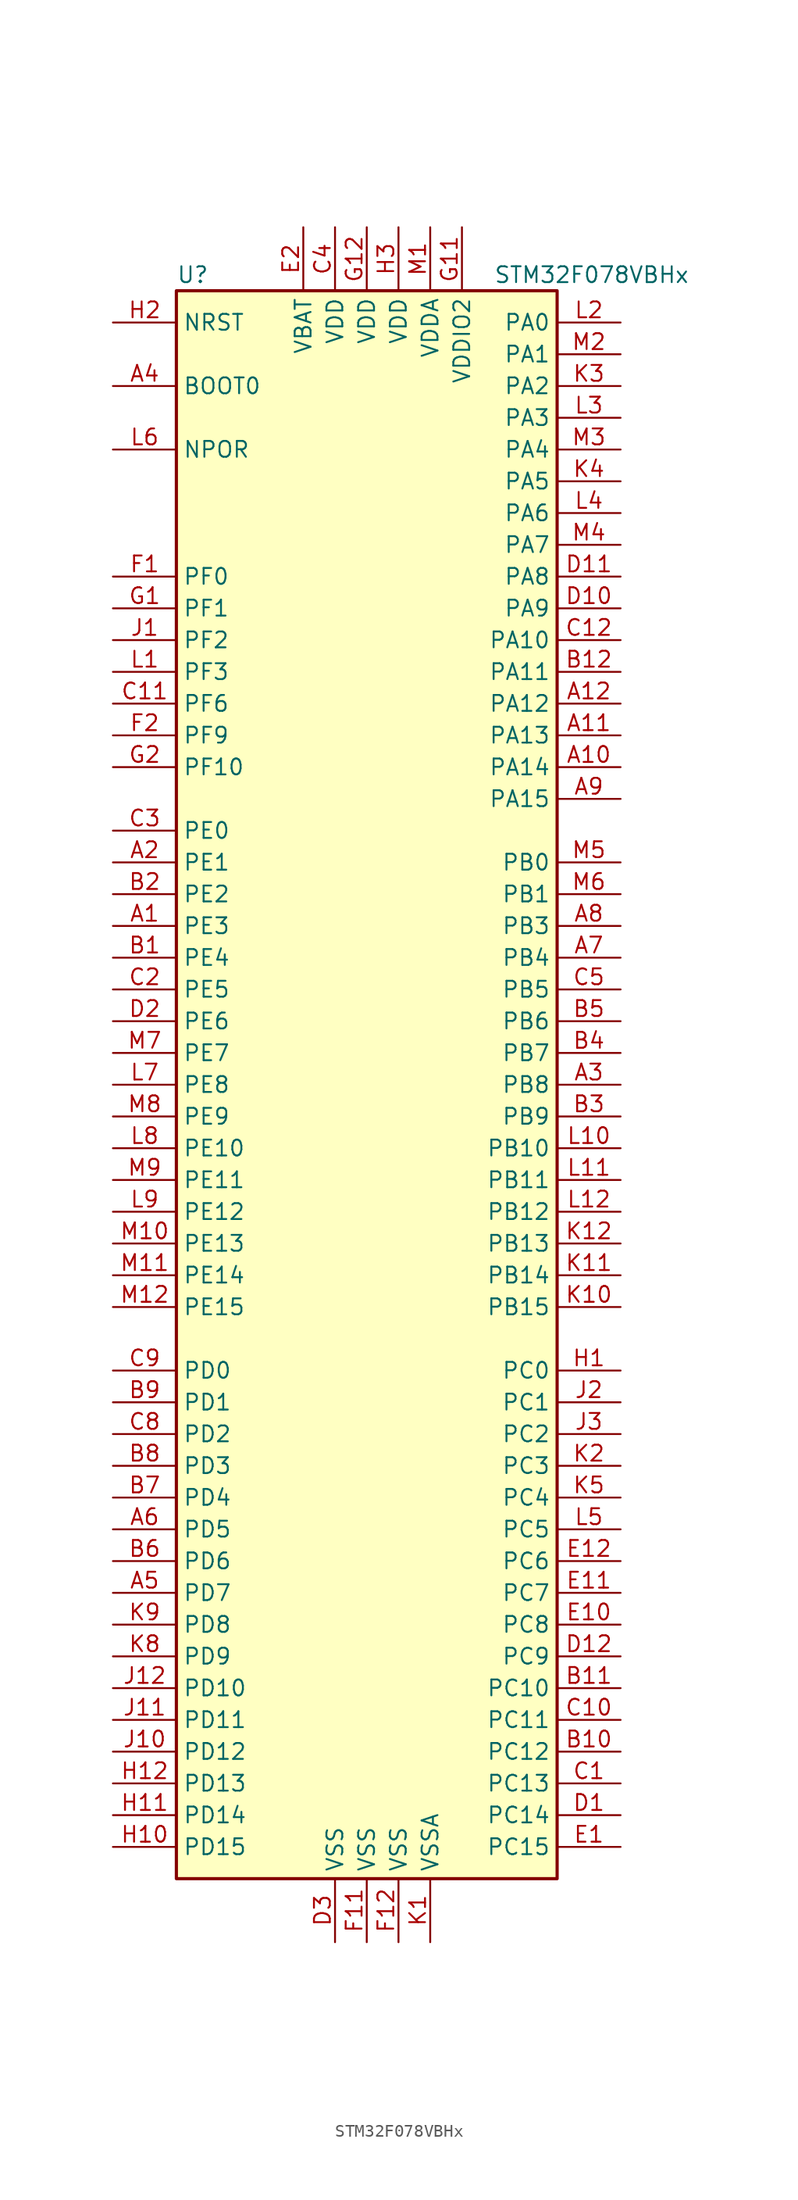
<source format=kicad_sym>
(kicad_symbol_lib
  (version 20211014)
  (generator kicad_symbol_editor)
  (symbol "STM32F078VBHx"
    (property "Reference" "U"
      (at -15.24 64.77 0)
      (effects (font (size 1.27 1.27)) (justify left)))
    (property "Value" "STM32F078VBHx"
      (at 10.16 64.77 0)
      (effects (font (size 1.27 1.27)) (justify left)))
    (symbol "STM32F078VBHx_0_1"
      (rectangle (start -15.24 -63.5) (end 15.24 63.5) (stroke (width 0.254) (type default) (color 0 0 0 0)) (fill (type background))))
    (symbol "STM32F078VBHx_1_1"
      (pin bidirectional line (at -20.32 12.7 0) (length 5.08) (name "PE3" (effects (font (size 1.27 1.27)))) (number "A1" (effects (font (size 1.27 1.27)))))
      (pin bidirectional line (at 20.32 25.4 180) (length 5.08) (name "PA14" (effects (font (size 1.27 1.27)))) (number "A10" (effects (font (size 1.27 1.27)))))
      (pin bidirectional line (at 20.32 27.94 180) (length 5.08) (name "PA13" (effects (font (size 1.27 1.27)))) (number "A11" (effects (font (size 1.27 1.27)))))
      (pin bidirectional line (at 20.32 30.48 180) (length 5.08) (name "PA12" (effects (font (size 1.27 1.27)))) (number "A12" (effects (font (size 1.27 1.27)))))
      (pin bidirectional line (at -20.32 17.78 0) (length 5.08) (name "PE1" (effects (font (size 1.27 1.27)))) (number "A2" (effects (font (size 1.27 1.27)))))
      (pin bidirectional line (at 20.32 0 180) (length 5.08) (name "PB8" (effects (font (size 1.27 1.27)))) (number "A3" (effects (font (size 1.27 1.27)))))
      (pin input line (at -20.32 55.88 0) (length 5.08) (name "BOOT0" (effects (font (size 1.27 1.27)))) (number "A4" (effects (font (size 1.27 1.27)))))
      (pin bidirectional line (at -20.32 -40.64 0) (length 5.08) (name "PD7" (effects (font (size 1.27 1.27)))) (number "A5" (effects (font (size 1.27 1.27)))))
      (pin bidirectional line (at -20.32 -35.56 0) (length 5.08) (name "PD5" (effects (font (size 1.27 1.27)))) (number "A6" (effects (font (size 1.27 1.27)))))
      (pin bidirectional line (at 20.32 10.16 180) (length 5.08) (name "PB4" (effects (font (size 1.27 1.27)))) (number "A7" (effects (font (size 1.27 1.27)))))
      (pin bidirectional line (at 20.32 12.7 180) (length 5.08) (name "PB3" (effects (font (size 1.27 1.27)))) (number "A8" (effects (font (size 1.27 1.27)))))
      (pin bidirectional line (at 20.32 22.86 180) (length 5.08) (name "PA15" (effects (font (size 1.27 1.27)))) (number "A9" (effects (font (size 1.27 1.27)))))
      (pin bidirectional line (at -20.32 10.16 0) (length 5.08) (name "PE4" (effects (font (size 1.27 1.27)))) (number "B1" (effects (font (size 1.27 1.27)))))
      (pin bidirectional line (at 20.32 -53.34 180) (length 5.08) (name "PC12" (effects (font (size 1.27 1.27)))) (number "B10" (effects (font (size 1.27 1.27)))))
      (pin bidirectional line (at 20.32 -48.26 180) (length 5.08) (name "PC10" (effects (font (size 1.27 1.27)))) (number "B11" (effects (font (size 1.27 1.27)))))
      (pin bidirectional line (at 20.32 33.02 180) (length 5.08) (name "PA11" (effects (font (size 1.27 1.27)))) (number "B12" (effects (font (size 1.27 1.27)))))
      (pin bidirectional line (at -20.32 15.24 0) (length 5.08) (name "PE2" (effects (font (size 1.27 1.27)))) (number "B2" (effects (font (size 1.27 1.27)))))
      (pin bidirectional line (at 20.32 -2.54 180) (length 5.08) (name "PB9" (effects (font (size 1.27 1.27)))) (number "B3" (effects (font (size 1.27 1.27)))))
      (pin bidirectional line (at 20.32 2.54 180) (length 5.08) (name "PB7" (effects (font (size 1.27 1.27)))) (number "B4" (effects (font (size 1.27 1.27)))))
      (pin bidirectional line (at 20.32 5.08 180) (length 5.08) (name "PB6" (effects (font (size 1.27 1.27)))) (number "B5" (effects (font (size 1.27 1.27)))))
      (pin bidirectional line (at -20.32 -38.1 0) (length 5.08) (name "PD6" (effects (font (size 1.27 1.27)))) (number "B6" (effects (font (size 1.27 1.27)))))
      (pin bidirectional line (at -20.32 -33.02 0) (length 5.08) (name "PD4" (effects (font (size 1.27 1.27)))) (number "B7" (effects (font (size 1.27 1.27)))))
      (pin bidirectional line (at -20.32 -30.48 0) (length 5.08) (name "PD3" (effects (font (size 1.27 1.27)))) (number "B8" (effects (font (size 1.27 1.27)))))
      (pin bidirectional line (at -20.32 -25.4 0) (length 5.08) (name "PD1" (effects (font (size 1.27 1.27)))) (number "B9" (effects (font (size 1.27 1.27)))))
      (pin bidirectional line (at 20.32 -55.88 180) (length 5.08) (name "PC13" (effects (font (size 1.27 1.27)))) (number "C1" (effects (font (size 1.27 1.27)))))
      (pin bidirectional line (at 20.32 -50.8 180) (length 5.08) (name "PC11" (effects (font (size 1.27 1.27)))) (number "C10" (effects (font (size 1.27 1.27)))))
      (pin bidirectional line (at -20.32 30.48 0) (length 5.08) (name "PF6" (effects (font (size 1.27 1.27)))) (number "C11" (effects (font (size 1.27 1.27)))))
      (pin bidirectional line (at 20.32 35.56 180) (length 5.08) (name "PA10" (effects (font (size 1.27 1.27)))) (number "C12" (effects (font (size 1.27 1.27)))))
      (pin bidirectional line (at -20.32 7.62 0) (length 5.08) (name "PE5" (effects (font (size 1.27 1.27)))) (number "C2" (effects (font (size 1.27 1.27)))))
      (pin bidirectional line (at -20.32 20.32 0) (length 5.08) (name "PE0" (effects (font (size 1.27 1.27)))) (number "C3" (effects (font (size 1.27 1.27)))))
      (pin power_in line (at -2.54 68.58 270) (length 5.08) (name "VDD" (effects (font (size 1.27 1.27)))) (number "C4" (effects (font (size 1.27 1.27)))))
      (pin bidirectional line (at 20.32 7.62 180) (length 5.08) (name "PB5" (effects (font (size 1.27 1.27)))) (number "C5" (effects (font (size 1.27 1.27)))))
      (pin bidirectional line (at -20.32 -27.94 0) (length 5.08) (name "PD2" (effects (font (size 1.27 1.27)))) (number "C8" (effects (font (size 1.27 1.27)))))
      (pin bidirectional line (at -20.32 -22.86 0) (length 5.08) (name "PD0" (effects (font (size 1.27 1.27)))) (number "C9" (effects (font (size 1.27 1.27)))))
      (pin bidirectional line (at 20.32 -58.42 180) (length 5.08) (name "PC14" (effects (font (size 1.27 1.27)))) (number "D1" (effects (font (size 1.27 1.27)))))
      (pin bidirectional line (at 20.32 38.1 180) (length 5.08) (name "PA9" (effects (font (size 1.27 1.27)))) (number "D10" (effects (font (size 1.27 1.27)))))
      (pin bidirectional line (at 20.32 40.64 180) (length 5.08) (name "PA8" (effects (font (size 1.27 1.27)))) (number "D11" (effects (font (size 1.27 1.27)))))
      (pin bidirectional line (at 20.32 -45.72 180) (length 5.08) (name "PC9" (effects (font (size 1.27 1.27)))) (number "D12" (effects (font (size 1.27 1.27)))))
      (pin bidirectional line (at -20.32 5.08 0) (length 5.08) (name "PE6" (effects (font (size 1.27 1.27)))) (number "D2" (effects (font (size 1.27 1.27)))))
      (pin power_in line (at -2.54 -68.58 90) (length 5.08) (name "VSS" (effects (font (size 1.27 1.27)))) (number "D3" (effects (font (size 1.27 1.27)))))
      (pin bidirectional line (at 20.32 -60.96 180) (length 5.08) (name "PC15" (effects (font (size 1.27 1.27)))) (number "E1" (effects (font (size 1.27 1.27)))))
      (pin bidirectional line (at 20.32 -43.18 180) (length 5.08) (name "PC8" (effects (font (size 1.27 1.27)))) (number "E10" (effects (font (size 1.27 1.27)))))
      (pin bidirectional line (at 20.32 -40.64 180) (length 5.08) (name "PC7" (effects (font (size 1.27 1.27)))) (number "E11" (effects (font (size 1.27 1.27)))))
      (pin bidirectional line (at 20.32 -38.1 180) (length 5.08) (name "PC6" (effects (font (size 1.27 1.27)))) (number "E12" (effects (font (size 1.27 1.27)))))
      (pin power_in line (at -5.08 68.58 270) (length 5.08) (name "VBAT" (effects (font (size 1.27 1.27)))) (number "E2" (effects (font (size 1.27 1.27)))))
      (pin no_connect line (at -15.24 -60.96 0) (length 5.08) hide (name "NC" (effects (font (size 1.27 1.27)))) (number "E3" (effects (font (size 1.27 1.27)))))
      (pin input line (at -20.32 40.64 0) (length 5.08) (name "PF0" (effects (font (size 1.27 1.27)))) (number "F1" (effects (font (size 1.27 1.27)))))
      (pin power_in line (at 0 -68.58 90) (length 5.08) (name "VSS" (effects (font (size 1.27 1.27)))) (number "F11" (effects (font (size 1.27 1.27)))))
      (pin power_in line (at 2.54 -68.58 90) (length 5.08) (name "VSS" (effects (font (size 1.27 1.27)))) (number "F12" (effects (font (size 1.27 1.27)))))
      (pin bidirectional line (at -20.32 27.94 0) (length 5.08) (name "PF9" (effects (font (size 1.27 1.27)))) (number "F2" (effects (font (size 1.27 1.27)))))
      (pin input line (at -20.32 38.1 0) (length 5.08) (name "PF1" (effects (font (size 1.27 1.27)))) (number "G1" (effects (font (size 1.27 1.27)))))
      (pin power_in line (at 7.62 68.58 270) (length 5.08) (name "VDDIO2" (effects (font (size 1.27 1.27)))) (number "G11" (effects (font (size 1.27 1.27)))))
      (pin power_in line (at 0 68.58 270) (length 5.08) (name "VDD" (effects (font (size 1.27 1.27)))) (number "G12" (effects (font (size 1.27 1.27)))))
      (pin bidirectional line (at -20.32 25.4 0) (length 5.08) (name "PF10" (effects (font (size 1.27 1.27)))) (number "G2" (effects (font (size 1.27 1.27)))))
      (pin bidirectional line (at 20.32 -22.86 180) (length 5.08) (name "PC0" (effects (font (size 1.27 1.27)))) (number "H1" (effects (font (size 1.27 1.27)))))
      (pin bidirectional line (at -20.32 -60.96 0) (length 5.08) (name "PD15" (effects (font (size 1.27 1.27)))) (number "H10" (effects (font (size 1.27 1.27)))))
      (pin bidirectional line (at -20.32 -58.42 0) (length 5.08) (name "PD14" (effects (font (size 1.27 1.27)))) (number "H11" (effects (font (size 1.27 1.27)))))
      (pin bidirectional line (at -20.32 -55.88 0) (length 5.08) (name "PD13" (effects (font (size 1.27 1.27)))) (number "H12" (effects (font (size 1.27 1.27)))))
      (pin input line (at -20.32 60.96 0) (length 5.08) (name "NRST" (effects (font (size 1.27 1.27)))) (number "H2" (effects (font (size 1.27 1.27)))))
      (pin power_in line (at 2.54 68.58 270) (length 5.08) (name "VDD" (effects (font (size 1.27 1.27)))) (number "H3" (effects (font (size 1.27 1.27)))))
      (pin bidirectional line (at -20.32 35.56 0) (length 5.08) (name "PF2" (effects (font (size 1.27 1.27)))) (number "J1" (effects (font (size 1.27 1.27)))))
      (pin bidirectional line (at -20.32 -53.34 0) (length 5.08) (name "PD12" (effects (font (size 1.27 1.27)))) (number "J10" (effects (font (size 1.27 1.27)))))
      (pin bidirectional line (at -20.32 -50.8 0) (length 5.08) (name "PD11" (effects (font (size 1.27 1.27)))) (number "J11" (effects (font (size 1.27 1.27)))))
      (pin bidirectional line (at -20.32 -48.26 0) (length 5.08) (name "PD10" (effects (font (size 1.27 1.27)))) (number "J12" (effects (font (size 1.27 1.27)))))
      (pin bidirectional line (at 20.32 -25.4 180) (length 5.08) (name "PC1" (effects (font (size 1.27 1.27)))) (number "J2" (effects (font (size 1.27 1.27)))))
      (pin bidirectional line (at 20.32 -27.94 180) (length 5.08) (name "PC2" (effects (font (size 1.27 1.27)))) (number "J3" (effects (font (size 1.27 1.27)))))
      (pin power_in line (at 5.08 -68.58 90) (length 5.08) (name "VSSA" (effects (font (size 1.27 1.27)))) (number "K1" (effects (font (size 1.27 1.27)))))
      (pin bidirectional line (at 20.32 -17.78 180) (length 5.08) (name "PB15" (effects (font (size 1.27 1.27)))) (number "K10" (effects (font (size 1.27 1.27)))))
      (pin bidirectional line (at 20.32 -15.24 180) (length 5.08) (name "PB14" (effects (font (size 1.27 1.27)))) (number "K11" (effects (font (size 1.27 1.27)))))
      (pin bidirectional line (at 20.32 -12.7 180) (length 5.08) (name "PB13" (effects (font (size 1.27 1.27)))) (number "K12" (effects (font (size 1.27 1.27)))))
      (pin bidirectional line (at 20.32 -30.48 180) (length 5.08) (name "PC3" (effects (font (size 1.27 1.27)))) (number "K2" (effects (font (size 1.27 1.27)))))
      (pin bidirectional line (at 20.32 55.88 180) (length 5.08) (name "PA2" (effects (font (size 1.27 1.27)))) (number "K3" (effects (font (size 1.27 1.27)))))
      (pin bidirectional line (at 20.32 48.26 180) (length 5.08) (name "PA5" (effects (font (size 1.27 1.27)))) (number "K4" (effects (font (size 1.27 1.27)))))
      (pin bidirectional line (at 20.32 -33.02 180) (length 5.08) (name "PC4" (effects (font (size 1.27 1.27)))) (number "K5" (effects (font (size 1.27 1.27)))))
      (pin bidirectional line (at -20.32 -45.72 0) (length 5.08) (name "PD9" (effects (font (size 1.27 1.27)))) (number "K8" (effects (font (size 1.27 1.27)))))
      (pin bidirectional line (at -20.32 -43.18 0) (length 5.08) (name "PD8" (effects (font (size 1.27 1.27)))) (number "K9" (effects (font (size 1.27 1.27)))))
      (pin bidirectional line (at -20.32 33.02 0) (length 5.08) (name "PF3" (effects (font (size 1.27 1.27)))) (number "L1" (effects (font (size 1.27 1.27)))))
      (pin bidirectional line (at 20.32 -5.08 180) (length 5.08) (name "PB10" (effects (font (size 1.27 1.27)))) (number "L10" (effects (font (size 1.27 1.27)))))
      (pin bidirectional line (at 20.32 -7.62 180) (length 5.08) (name "PB11" (effects (font (size 1.27 1.27)))) (number "L11" (effects (font (size 1.27 1.27)))))
      (pin bidirectional line (at 20.32 -10.16 180) (length 5.08) (name "PB12" (effects (font (size 1.27 1.27)))) (number "L12" (effects (font (size 1.27 1.27)))))
      (pin bidirectional line (at 20.32 60.96 180) (length 5.08) (name "PA0" (effects (font (size 1.27 1.27)))) (number "L2" (effects (font (size 1.27 1.27)))))
      (pin bidirectional line (at 20.32 53.34 180) (length 5.08) (name "PA3" (effects (font (size 1.27 1.27)))) (number "L3" (effects (font (size 1.27 1.27)))))
      (pin bidirectional line (at 20.32 45.72 180) (length 5.08) (name "PA6" (effects (font (size 1.27 1.27)))) (number "L4" (effects (font (size 1.27 1.27)))))
      (pin bidirectional line (at 20.32 -35.56 180) (length 5.08) (name "PC5" (effects (font (size 1.27 1.27)))) (number "L5" (effects (font (size 1.27 1.27)))))
      (pin power_in line (at -20.32 50.8 0) (length 5.08) (name "NPOR" (effects (font (size 1.27 1.27)))) (number "L6" (effects (font (size 1.27 1.27)))))
      (pin bidirectional line (at -20.32 0 0) (length 5.08) (name "PE8" (effects (font (size 1.27 1.27)))) (number "L7" (effects (font (size 1.27 1.27)))))
      (pin bidirectional line (at -20.32 -5.08 0) (length 5.08) (name "PE10" (effects (font (size 1.27 1.27)))) (number "L8" (effects (font (size 1.27 1.27)))))
      (pin bidirectional line (at -20.32 -10.16 0) (length 5.08) (name "PE12" (effects (font (size 1.27 1.27)))) (number "L9" (effects (font (size 1.27 1.27)))))
      (pin power_in line (at 5.08 68.58 270) (length 5.08) (name "VDDA" (effects (font (size 1.27 1.27)))) (number "M1" (effects (font (size 1.27 1.27)))))
      (pin bidirectional line (at -20.32 -12.7 0) (length 5.08) (name "PE13" (effects (font (size 1.27 1.27)))) (number "M10" (effects (font (size 1.27 1.27)))))
      (pin bidirectional line (at -20.32 -15.24 0) (length 5.08) (name "PE14" (effects (font (size 1.27 1.27)))) (number "M11" (effects (font (size 1.27 1.27)))))
      (pin bidirectional line (at -20.32 -17.78 0) (length 5.08) (name "PE15" (effects (font (size 1.27 1.27)))) (number "M12" (effects (font (size 1.27 1.27)))))
      (pin bidirectional line (at 20.32 58.42 180) (length 5.08) (name "PA1" (effects (font (size 1.27 1.27)))) (number "M2" (effects (font (size 1.27 1.27)))))
      (pin bidirectional line (at 20.32 50.8 180) (length 5.08) (name "PA4" (effects (font (size 1.27 1.27)))) (number "M3" (effects (font (size 1.27 1.27)))))
      (pin bidirectional line (at 20.32 43.18 180) (length 5.08) (name "PA7" (effects (font (size 1.27 1.27)))) (number "M4" (effects (font (size 1.27 1.27)))))
      (pin bidirectional line (at 20.32 17.78 180) (length 5.08) (name "PB0" (effects (font (size 1.27 1.27)))) (number "M5" (effects (font (size 1.27 1.27)))))
      (pin bidirectional line (at 20.32 15.24 180) (length 5.08) (name "PB1" (effects (font (size 1.27 1.27)))) (number "M6" (effects (font (size 1.27 1.27)))))
      (pin bidirectional line (at -20.32 2.54 0) (length 5.08) (name "PE7" (effects (font (size 1.27 1.27)))) (number "M7" (effects (font (size 1.27 1.27)))))
      (pin bidirectional line (at -20.32 -2.54 0) (length 5.08) (name "PE9" (effects (font (size 1.27 1.27)))) (number "M8" (effects (font (size 1.27 1.27)))))
      (pin bidirectional line (at -20.32 -7.62 0) (length 5.08) (name "PE11" (effects (font (size 1.27 1.27)))) (number "M9" (effects (font (size 1.27 1.27))))))))
</source>
